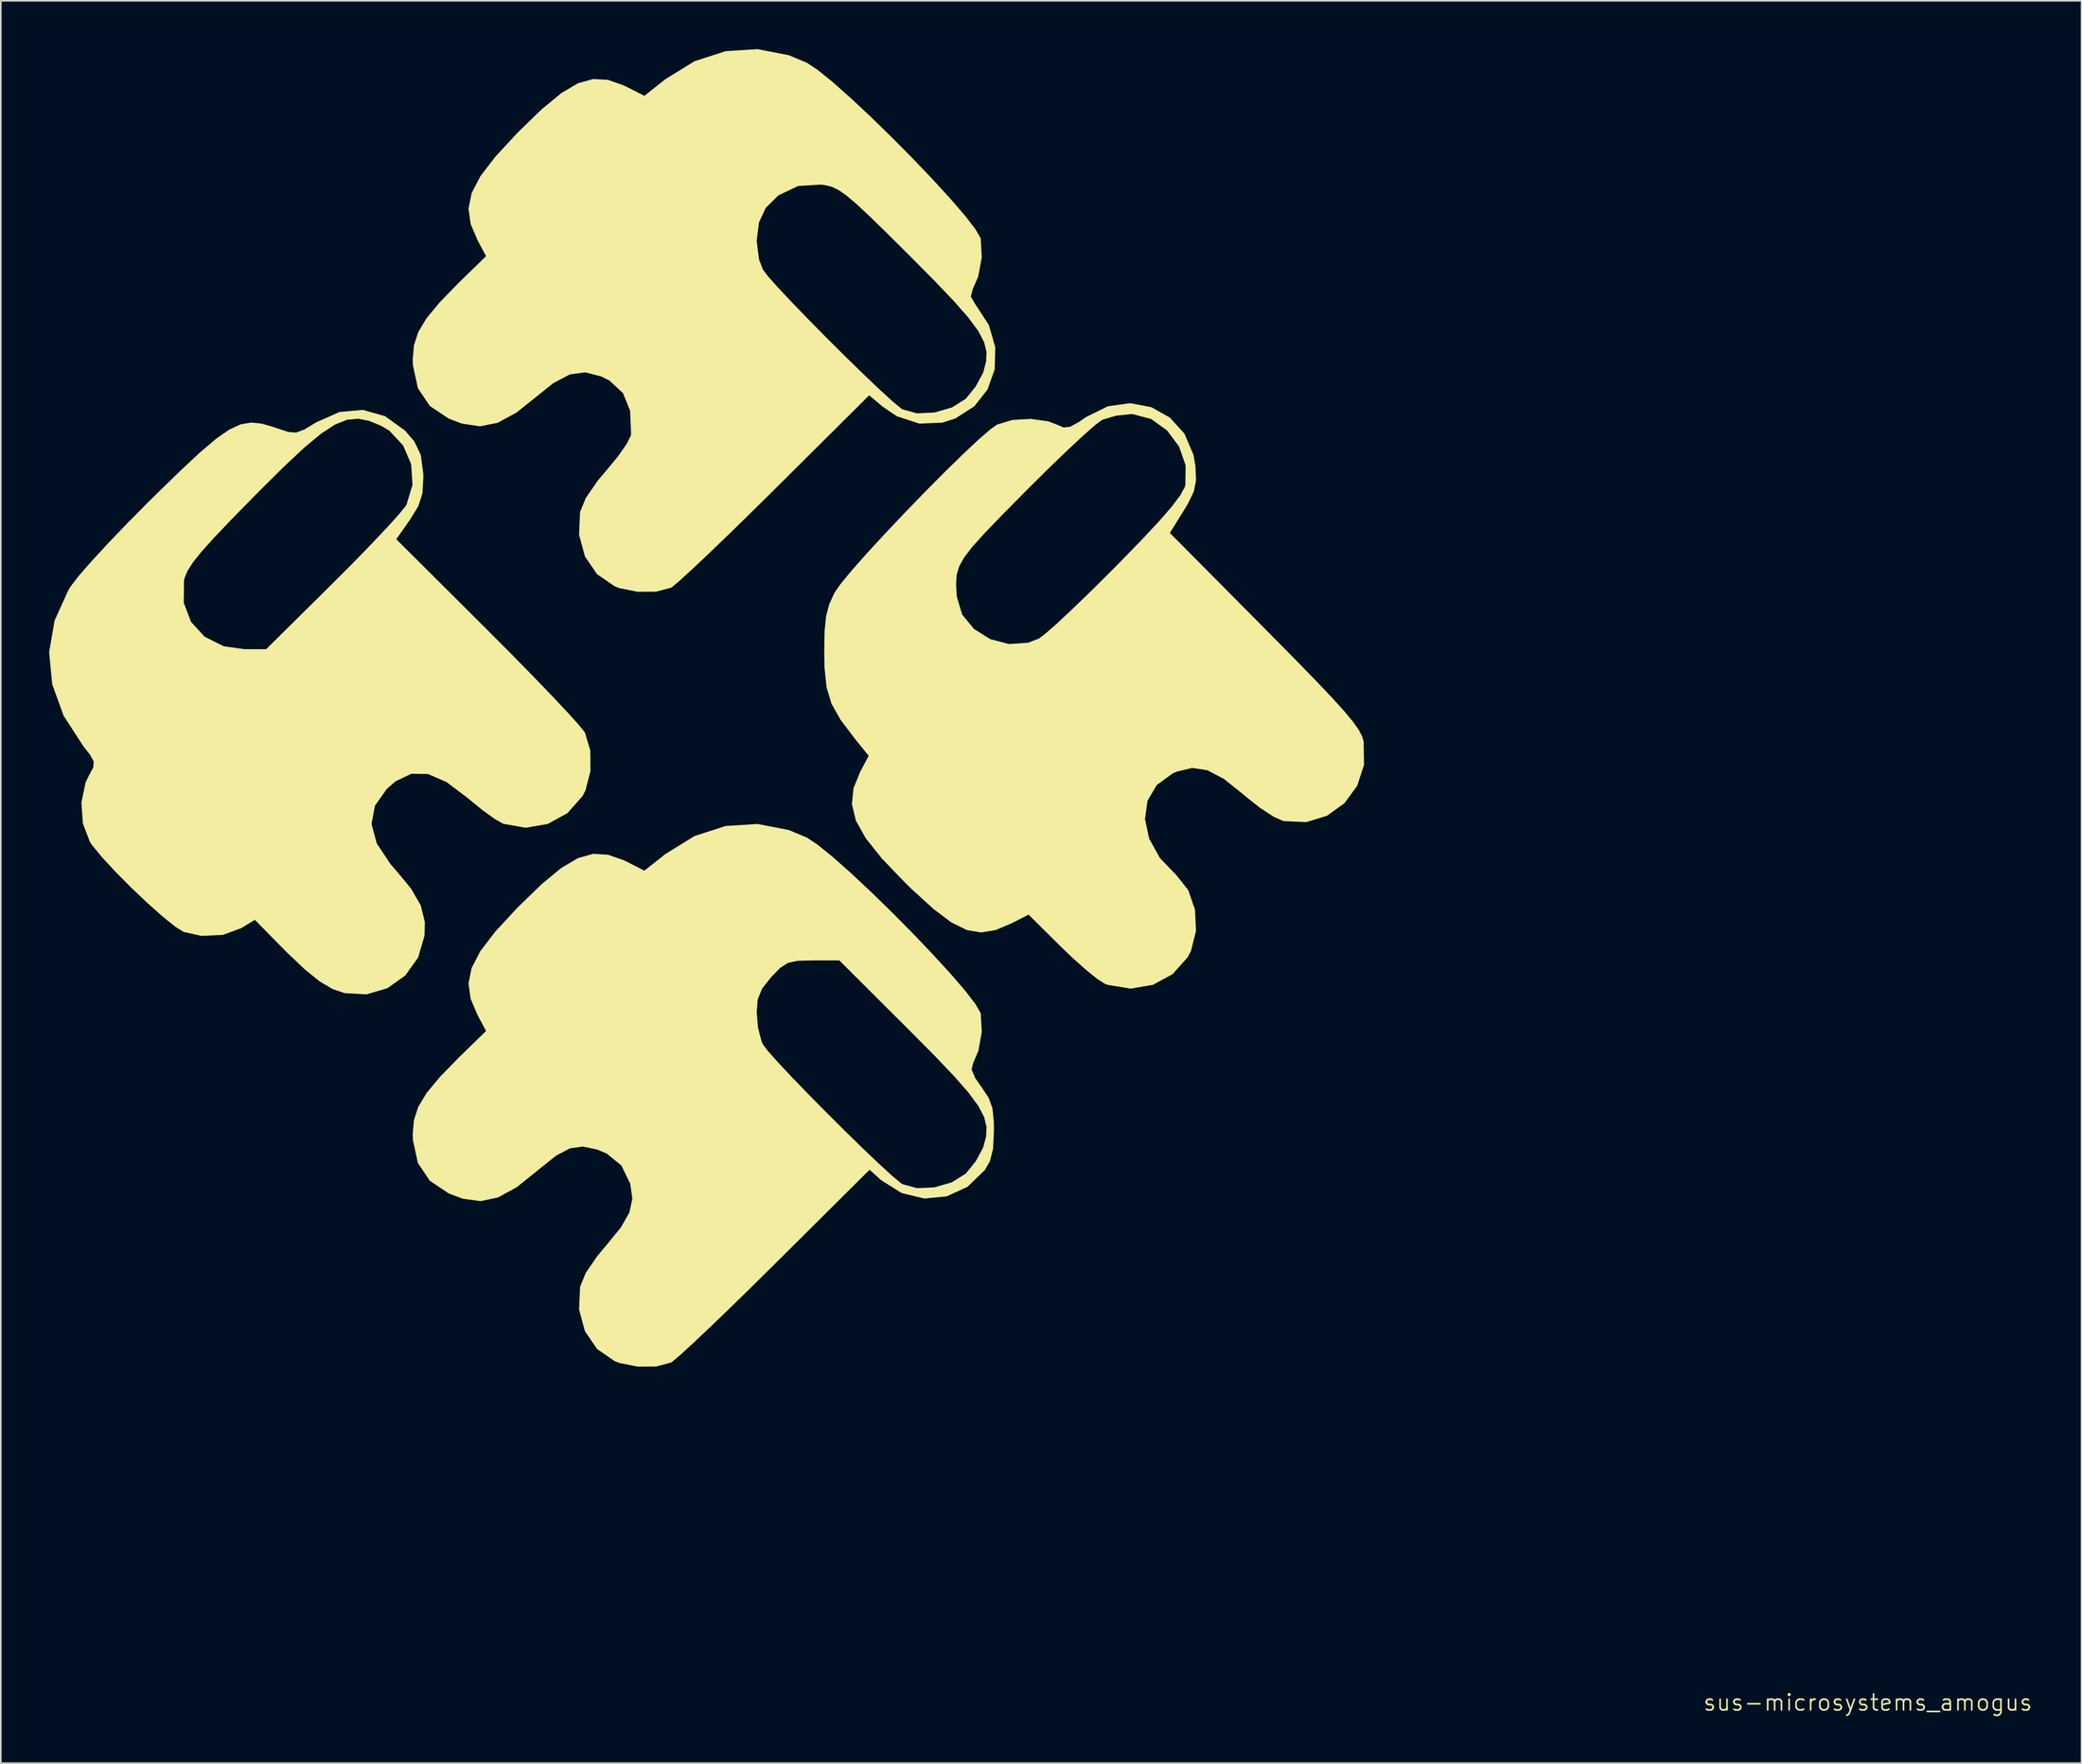
<source format=kicad_pcb>
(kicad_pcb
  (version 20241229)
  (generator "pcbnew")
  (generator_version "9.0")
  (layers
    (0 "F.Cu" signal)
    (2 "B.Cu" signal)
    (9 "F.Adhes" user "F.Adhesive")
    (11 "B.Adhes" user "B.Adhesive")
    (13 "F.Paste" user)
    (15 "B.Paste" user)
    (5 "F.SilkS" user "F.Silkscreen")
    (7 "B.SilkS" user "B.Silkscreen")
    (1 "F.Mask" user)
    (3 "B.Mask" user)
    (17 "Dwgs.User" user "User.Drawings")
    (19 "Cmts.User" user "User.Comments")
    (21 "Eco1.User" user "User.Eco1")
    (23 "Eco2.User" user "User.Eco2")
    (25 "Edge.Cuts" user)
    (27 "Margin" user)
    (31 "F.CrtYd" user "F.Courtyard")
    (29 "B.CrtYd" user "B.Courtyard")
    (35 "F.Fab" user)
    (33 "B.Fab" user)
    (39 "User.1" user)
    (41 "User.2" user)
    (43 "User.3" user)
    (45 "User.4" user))
  (footprint "sus-microsystems_amogus"
    (layer "F.Cu")
    (at 40.024 40.754)
    (property "Reference" "sus-microsystems_amogus" (at 72.843 61.882 0) (unlocked yes) (layer "F.SilkS") (effects (font (size 1 1) (thickness 0.1))))
    (attr smd)
    (fp_poly (pts (xy -19.176 -17.968) (xy -17.94 -17.076) (xy -17.365 -16.409) (xy -16.959 -15.566) (xy -16.804 -14.402) (xy -16.8 -14.203) (xy -16.856 -13.183) (xy -17.111 -12.383) (xy -17.634 -11.536) (xy -18.482 -10.332) (xy -12.819 -4.69) (xy -11.363 -3.228) (xy -10.019 -1.857) (xy -8.84 -0.632) (xy -7.876 0.393) (xy -7.181 1.162) (xy -6.807 1.621) (xy -6.77 1.681) (xy -6.439 2.786) (xy -6.431 4.062) (xy -6.737 5.256) (xy -6.921 5.615) (xy -7.86 6.673) (xy -9.08 7.343) (xy -10.448 7.579) (xy -11.831 7.336) (xy -11.863 7.324) (xy -12.384 7.026) (xy -13.144 6.476) (xy -13.986 5.788) (xy -14.05 5.733) (xy -15.361 4.744) (xy -16.508 4.244) (xy -17.542 4.228) (xy -18.515 4.688) (xy -19.062 5.161) (xy -19.806 6.212) (xy -20.017 7.342) (xy -19.693 8.551) (xy -18.835 9.841) (xy -18.577 10.132) (xy -17.565 11.35) (xy -16.96 12.407) (xy -16.709 13.421) (xy -16.726 14.268) (xy -17.125 15.637) (xy -17.924 16.751) (xy -19.024 17.536) (xy -20.326 17.921) (xy -21.686 17.846) (xy -22.437 17.589) (xy -23.225 17.125) (xy -24.141 16.388) (xy -25.274 15.312) (xy -25.669 14.913) (xy -27.258 13.296) (xy -28.101 13.81) (xy -29.245 14.231) (xy -30.567 14.294) (xy -31.673 14.047) (xy -32.191 13.727) (xy -32.972 13.099) (xy -33.916 12.26) (xy -34.924 11.303) (xy -35.896 10.324) (xy -36.735 9.418) (xy -37.341 8.68) (xy -37.498 8.45) (xy -37.93 7.314) (xy -38.02 6.01) (xy -37.766 4.778) (xy -37.562 4.351) (xy -37.29 3.844) (xy -37.255 3.473) (xy -37.493 3.038) (xy -37.903 2.515) (xy -39.127 0.625) (xy -39.835 -1.331) (xy -40.024 -3.311) (xy -39.69 -5.272) (xy -39.187 -6.384) (xy -31.669 -6.384) (xy -31.219 -5.201) (xy -30.372 -4.278) (xy -29.194 -3.689) (xy -27.912 -3.507) (xy -26.553 -3.507) (xy -22.391 -7.628) (xy -21.138 -8.884) (xy -20 -10.055) (xy -19.04 -11.073) (xy -18.32 -11.872) (xy -17.904 -12.384) (xy -17.845 -12.478) (xy -17.473 -13.712) (xy -17.557 -14.983) (xy -18.052 -16.148) (xy -18.913 -17.069) (xy -19.429 -17.377) (xy -20.168 -17.678) (xy -20.85 -17.813) (xy -21.533 -17.749) (xy -22.275 -17.453) (xy -23.134 -16.894) (xy -24.169 -16.037) (xy -25.437 -14.851) (xy -26.996 -13.304) (xy -27.368 -12.928) (xy -28.77 -11.496) (xy -29.83 -10.381) (xy -30.597 -9.525) (xy -31.118 -8.869) (xy -31.441 -8.357) (xy -31.615 -7.93) (xy -31.656 -7.751) (xy -31.669 -6.384) (xy -39.187 -6.384) (xy -38.831 -7.173) (xy -38.675 -7.421) (xy -38.22 -8.015) (xy -37.447 -8.904) (xy -36.426 -10.013) (xy -35.231 -11.262) (xy -33.933 -12.575) (xy -33.495 -13.009) (xy -31.928 -14.536) (xy -30.673 -15.71) (xy -29.666 -16.565) (xy -28.843 -17.137) (xy -28.14 -17.462) (xy -27.494 -17.574) (xy -26.84 -17.508) (xy -26.115 -17.301) (xy -25.88 -17.218) (xy -25.18 -16.988) (xy -24.689 -16.952) (xy -24.184 -17.142) (xy -23.46 -17.582) (xy -21.998 -18.233) (xy -20.55 -18.358)) (stroke (width 0) (type solid)) (fill yes) (layer "F.SilkS"))
    (fp_poly (pts (xy 5.883 -40.376) (xy 6.998 -39.909) (xy 7.663 -39.47) (xy 8.585 -38.725) (xy 9.699 -37.738) (xy 10.942 -36.575) (xy 12.248 -35.302) (xy 13.552 -33.986) (xy 14.789 -32.69) (xy 15.895 -31.482) (xy 16.805 -30.426) (xy 17.453 -29.589) (xy 17.775 -29.036) (xy 17.793 -28.975) (xy 17.854 -27.821) (xy 17.632 -26.628) (xy 17.306 -25.891) (xy 17.174 -25.395) (xy 17.443 -24.937) (xy 18.297 -23.626) (xy 18.694 -22.243) (xy 18.658 -20.88) (xy 18.215 -19.628) (xy 17.39 -18.579) (xy 16.21 -17.825) (xy 15.403 -17.566) (xy 13.972 -17.51) (xy 12.581 -17.967) (xy 11.708 -18.557) (xy 10.866 -19.265) (xy 5.012 -13.441) (xy 3.527 -11.974) (xy 2.143 -10.623) (xy 0.91 -9.437) (xy -0.118 -8.467) (xy -0.889 -7.762) (xy -1.351 -7.373) (xy -1.433 -7.319) (xy -2.352 -7.075) (xy -3.499 -7.068) (xy -4.622 -7.291) (xy -4.919 -7.404) (xy -6.018 -8.159) (xy -6.773 -9.264) (xy -7.136 -10.614) (xy -7.075 -12.023) (xy -6.725 -12.882) (xy -5.976 -13.969) (xy -5.424 -14.624) (xy -4.727 -15.467) (xy -4.197 -16.225) (xy -3.925 -16.765) (xy -3.908 -16.849) (xy -3.97 -18.307) (xy -4.412 -19.404) (xy -5.257 -20.183) (xy -5.756 -20.433) (xy -6.75 -20.69) (xy -7.707 -20.563) (xy -8.735 -20.021) (xy -9.691 -19.255) (xy -11.029 -18.188) (xy -12.193 -17.558) (xy -13.285 -17.34) (xy -14.409 -17.506) (xy -15.226 -17.819) (xy -16.401 -18.606) (xy -17.14 -19.71) (xy -17.449 -21.139) (xy -17.46 -21.503) (xy -17.384 -22.374) (xy -17.117 -23.193) (xy -16.602 -24.051) (xy -15.781 -25.042) (xy -14.598 -26.257) (xy -14.405 -26.446) (xy -12.908 -27.903) (xy -13.417 -28.854) (xy 3.886 -28.854) (xy 4.031 -27.697) (xy 4.273 -27.07) (xy 4.579 -26.664) (xy 5.205 -25.961) (xy 6.075 -25.033) (xy 7.117 -23.955) (xy 8.257 -22.8) (xy 9.421 -21.642) (xy 10.535 -20.555) (xy 11.526 -19.613) (xy 12.319 -18.888) (xy 12.843 -18.456) (xy 12.938 -18.393) (xy 13.827 -18.146) (xy 14.922 -18.197) (xy 16.006 -18.51) (xy 16.862 -19.05) (xy 16.862 -19.05) (xy 17.475 -19.805) (xy 17.928 -20.647) (xy 17.963 -20.745) (xy 18.125 -21.368) (xy 18.15 -21.955) (xy 18.001 -22.564) (xy 17.64 -23.252) (xy 17.032 -24.077) (xy 16.139 -25.099) (xy 14.923 -26.373) (xy 13.386 -27.923) (xy 11.985 -29.316) (xy 10.903 -30.372) (xy 10.08 -31.14) (xy 9.456 -31.669) (xy 8.971 -32.007) (xy 8.563 -32.203) (xy 8.174 -32.304) (xy 7.884 -32.344) (xy 6.461 -32.261) (xy 5.234 -31.675) (xy 4.45 -30.903) (xy 4.029 -29.999) (xy 3.886 -28.854) (xy -13.417 -28.854) (xy -13.428 -28.874) (xy -13.863 -29.891) (xy -13.999 -30.845) (xy -13.807 -31.811) (xy -13.262 -32.863) (xy -12.333 -34.075) (xy -10.994 -35.522) (xy -10.895 -35.623) (xy -9.448 -37.027) (xy -8.243 -38.021) (xy -7.205 -38.635) (xy -6.261 -38.9) (xy -5.338 -38.845) (xy -4.361 -38.5) (xy -4.115 -38.38) (xy -3.085 -37.855) (xy -1.767 -38.897) (xy 0.03 -40.005) (xy 1.956 -40.627) (xy 3.933 -40.754)) (stroke (width 0) (type solid)) (fill yes) (layer "F.SilkS"))
    (fp_poly (pts (xy 5.883 7.721) (xy 6.998 8.189) (xy 7.663 8.628) (xy 8.585 9.373) (xy 9.699 10.36) (xy 10.942 11.523) (xy 12.248 12.795) (xy 13.552 14.112) (xy 14.789 15.408) (xy 15.895 16.616) (xy 16.805 17.672) (xy 17.453 18.509) (xy 17.775 19.061) (xy 17.793 19.123) (xy 17.856 20.251) (xy 17.648 21.422) (xy 17.32 22.185) (xy 17.225 22.583) (xy 17.445 23.113) (xy 17.827 23.659) (xy 18.283 24.341) (xy 18.52 25.001) (xy 18.606 25.868) (xy 18.612 26.378) (xy 18.556 27.504) (xy 18.359 28.287) (xy 18.044 28.831) (xy 16.964 29.872) (xy 15.676 30.462) (xy 14.283 30.594) (xy 12.889 30.258) (xy 11.596 29.446) (xy 11.51 29.369) (xy 10.893 28.807) (xy 5.025 34.644) (xy 3.539 36.113) (xy 2.152 37.466) (xy 0.918 38.653) (xy -0.112 39.625) (xy -0.885 40.332) (xy -1.349 40.724) (xy -1.433 40.779) (xy -2.352 41.023) (xy -3.499 41.03) (xy -4.622 40.807) (xy -4.919 40.694) (xy -6.018 39.939) (xy -6.773 38.834) (xy -7.136 37.484) (xy -7.075 36.075) (xy -6.727 35.22) (xy -5.99 34.144) (xy -5.455 33.509) (xy -4.538 32.384) (xy -4.012 31.457) (xy -3.832 30.611) (xy -3.952 29.726) (xy -3.972 29.653) (xy -4.514 28.542) (xy -5.426 27.8) (xy -6.024 27.552) (xy -6.899 27.369) (xy -7.701 27.48) (xy -8.559 27.931) (xy -9.605 28.766) (xy -9.667 28.821) (xy -11.006 29.893) (xy -12.167 30.529) (xy -13.253 30.758) (xy -14.366 30.604) (xy -15.226 30.279) (xy -16.401 29.492) (xy -17.14 28.388) (xy -17.449 26.959) (xy -17.46 26.595) (xy -17.384 25.724) (xy -17.117 24.905) (xy -16.602 24.047) (xy -15.781 23.056) (xy -14.598 21.84) (xy -14.405 21.652) (xy -12.908 20.195) (xy -13.428 19.224) (xy -13.496 19.065) (xy 3.886 19.065) (xy 3.972 20.003) (xy 4.188 20.838) (xy 4.273 21.028) (xy 4.579 21.434) (xy 5.205 22.137) (xy 6.075 23.065) (xy 7.117 24.143) (xy 8.257 25.298) (xy 9.421 26.456) (xy 10.535 27.543) (xy 11.526 28.485) (xy 12.319 29.209) (xy 12.843 29.642) (xy 12.938 29.704) (xy 13.827 29.952) (xy 14.922 29.901) (xy 16.006 29.587) (xy 16.862 29.048) (xy 16.862 29.047) (xy 17.475 28.293) (xy 17.928 27.451) (xy 17.963 27.353) (xy 18.125 26.732) (xy 18.15 26.148) (xy 18.003 25.542) (xy 17.647 24.857) (xy 17.044 24.036) (xy 16.157 23.02) (xy 14.95 21.752) (xy 13.385 20.174) (xy 13.347 20.137) (xy 9.013 15.813) (xy 7.375 15.813) (xy 6.435 15.838) (xy 5.827 15.966) (xy 5.344 16.279) (xy 4.811 16.823) (xy 4.219 17.565) (xy 3.947 18.249) (xy 3.886 19.065) (xy -13.496 19.065) (xy -13.863 18.207) (xy -13.999 17.253) (xy -13.807 16.287) (xy -13.262 15.235) (xy -12.333 14.023) (xy -10.994 12.576) (xy -10.895 12.475) (xy -9.448 11.071) (xy -8.243 10.077) (xy -7.205 9.463) (xy -6.261 9.198) (xy -5.338 9.253) (xy -4.361 9.598) (xy -4.115 9.718) (xy -3.085 10.243) (xy -1.767 9.201) (xy 0.03 8.093) (xy 1.956 7.47) (xy 3.933 7.344)) (stroke (width 0) (type solid)) (fill yes) (layer "F.SilkS"))
    (fp_poly (pts (xy 28.377 -18.528) (xy 29.532 -17.881) (xy 30.436 -16.879) (xy 30.998 -15.561) (xy 31.115 -14.868) (xy 31.153 -13.998) (xy 31.022 -13.309) (xy 30.659 -12.555) (xy 30.388 -12.105) (xy 29.528 -10.722) (xy 35.45 -4.75) (xy 37.151 -3.028) (xy 38.506 -1.639) (xy 39.553 -0.537) (xy 40.332 0.322) (xy 40.882 0.983) (xy 41.243 1.491) (xy 41.454 1.891) (xy 41.555 2.229) (xy 41.555 2.231) (xy 41.577 3.677) (xy 41.152 4.978) (xy 40.361 6.057) (xy 39.283 6.834) (xy 37.997 7.23) (xy 36.584 7.167) (xy 35.976 6.899) (xy 35.146 6.36) (xy 34.255 5.658) (xy 34.105 5.527) (xy 32.89 4.554) (xy 31.861 4.011) (xy 30.92 3.866) (xy 29.966 4.091) (xy 29.705 4.205) (xy 28.713 4.93) (xy 28.14 5.905) (xy 27.984 7.042) (xy 28.243 8.256) (xy 28.912 9.461) (xy 29.934 10.524) (xy 30.673 11.456) (xy 31.086 12.664) (xy 31.15 13.976) (xy 30.841 15.221) (xy 30.638 15.613) (xy 29.7 16.666) (xy 28.475 17.331) (xy 27.089 17.566) (xy 25.667 17.331) (xy 25.503 17.27) (xy 25.032 16.972) (xy 24.3 16.381) (xy 23.42 15.592) (xy 22.793 14.989) (xy 20.759 12.973) (xy 19.696 13.515) (xy 18.709 13.931) (xy 17.811 14.079) (xy 16.922 13.929) (xy 15.962 13.452) (xy 14.851 12.616) (xy 13.51 11.391) (xy 13.112 11.003) (xy 11.672 9.507) (xy 10.658 8.239) (xy 10.041 7.132) (xy 9.796 6.119) (xy 9.894 5.132) (xy 10.31 4.103) (xy 10.335 4.056) (xy 10.839 3.116) (xy 9.963 2.034) (xy 9.089 0.876) (xy 8.53 -0.117) (xy 8.221 -1.139) (xy 8.094 -2.381) (xy 8.077 -3.372) (xy 8.102 -4.654) (xy 8.196 -5.571) (xy 8.389 -6.296) (xy 8.713 -7.005) (xy 8.721 -7.02) (xy 9.088 -7.546) (xy 16.262 -7.546) (xy 16.297 -6.893) (xy 16.308 -6.75) (xy 16.638 -5.656) (xy 17.369 -4.763) (xy 18.376 -4.131) (xy 19.537 -3.825) (xy 20.727 -3.906) (xy 21.395 -4.161) (xy 21.799 -4.464) (xy 22.511 -5.091) (xy 23.463 -5.98) (xy 24.589 -7.067) (xy 25.821 -8.289) (xy 26.215 -8.687) (xy 27.715 -10.226) (xy 28.853 -11.441) (xy 29.664 -12.376) (xy 30.186 -13.071) (xy 30.452 -13.57) (xy 30.492 -13.707) (xy 30.506 -14.924) (xy 30.095 -16.091) (xy 29.351 -17.087) (xy 28.366 -17.794) (xy 27.23 -18.095) (xy 27.101 -18.099) (xy 26.191 -18) (xy 25.378 -17.759) (xy 25.287 -17.715) (xy 24.884 -17.413) (xy 24.172 -16.786) (xy 23.218 -15.898) (xy 22.089 -14.811) (xy 20.854 -13.589) (xy 20.436 -13.169) (xy 19.054 -11.769) (xy 18.009 -10.683) (xy 17.254 -9.843) (xy 16.747 -9.178) (xy 16.442 -8.62) (xy 16.295 -8.099) (xy 16.262 -7.546) (xy 9.088 -7.546) (xy 9.097 -7.56) (xy 9.788 -8.396) (xy 10.726 -9.456) (xy 11.842 -10.669) (xy 13.067 -11.964) (xy 14.332 -13.27) (xy 15.568 -14.515) (xy 16.708 -15.629) (xy 17.681 -16.541) (xy 18.42 -17.178) (xy 18.802 -17.447) (xy 19.75 -17.734) (xy 20.901 -17.801) (xy 21.987 -17.649) (xy 22.505 -17.449) (xy 22.934 -17.269) (xy 23.34 -17.311) (xy 23.899 -17.62) (xy 24.329 -17.916) (xy 25.684 -18.586) (xy 27.064 -18.776)) (stroke (width 0) (type solid)) (fill yes) (layer "F.SilkS")))
  (gr_rect
    (start -3 -3)
    (end 126.131 106.397)
    (stroke (width 0.1) (type default))
    (fill no)
    (layer "Edge.Cuts")))
</source>
